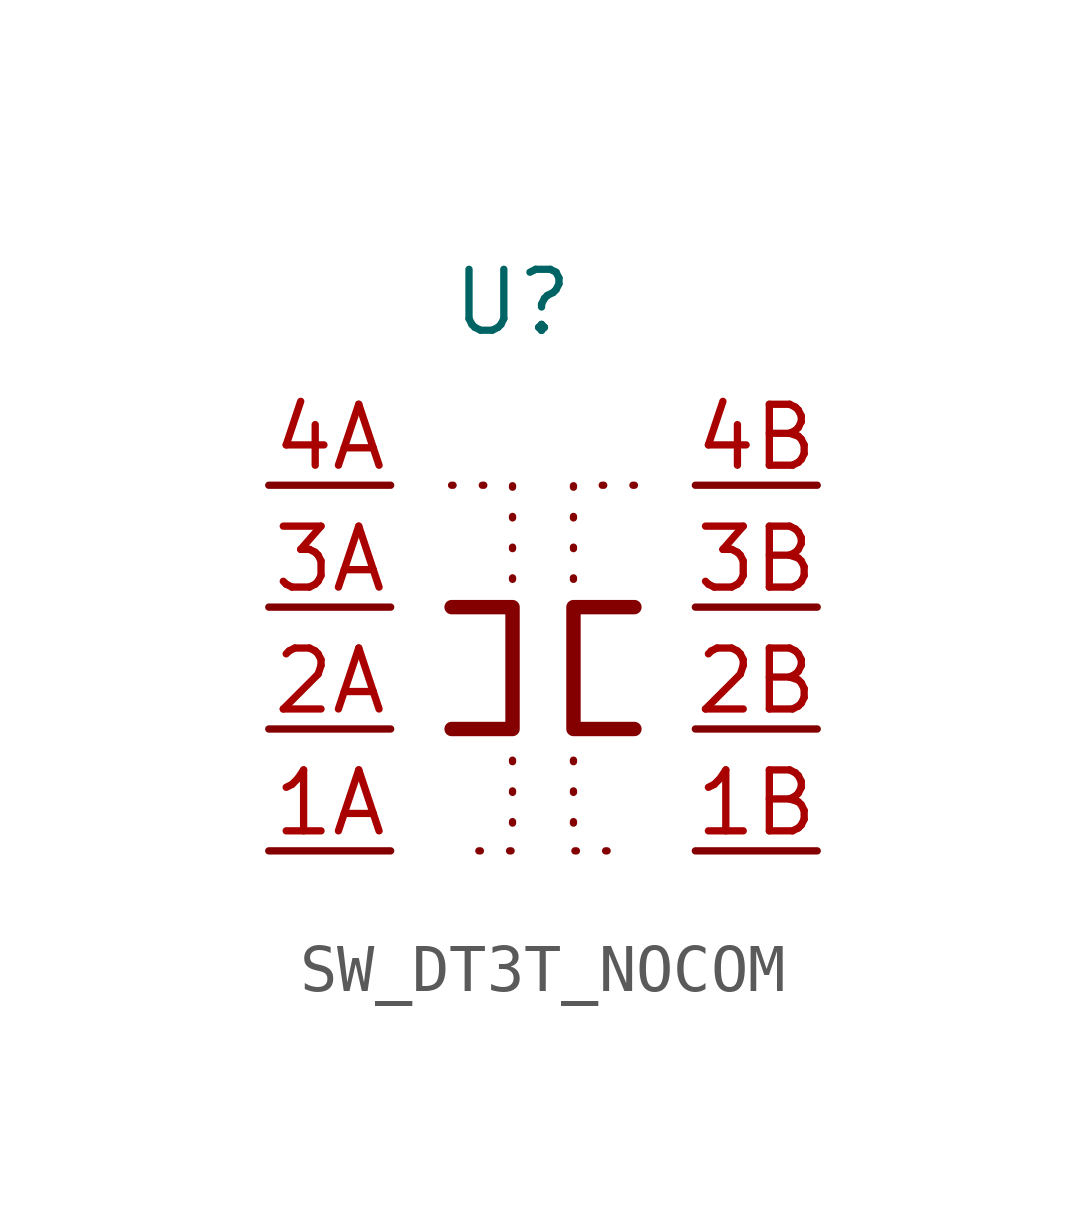
<source format=kicad_sym>
(kicad_symbol_lib
  (version 20220914)
  (generator kicad_symbol_editor)
  (symbol "SW_DT3T_NOCOM"
    (property "Reference" "U"
      (at -1.27 7.62 0)
      (effects (font (size 1.27 1.27))))
    (property "Value" ""
      (at -1.27 7.62 0)
      (effects (font (size 1.27 1.27))))
    (symbol "SW_DT3T_NOCOM_0_0"
      (pin bidirectional line (at -6.35 -3.81 0) (length 2.54) (name "" (effects (font (size 1.27 1.27)))) (number "1A" (effects (font (size 1.27 1.27)))))
      (pin bidirectional line (at 5.08 -3.81 180) (length 2.54) (name "" (effects (font (size 1.27 1.27)))) (number "1B" (effects (font (size 1.27 1.27)))))
      (pin bidirectional line (at -6.35 -1.27 0) (length 2.54) (name "" (effects (font (size 1.27 1.27)))) (number "2A" (effects (font (size 1.27 1.27)))))
      (pin bidirectional line (at 5.08 -1.27 180) (length 2.54) (name "" (effects (font (size 1.27 1.27)))) (number "2B" (effects (font (size 1.27 1.27)))))
      (pin bidirectional line (at -6.35 1.27 0) (length 2.54) (name "" (effects (font (size 1.27 1.27)))) (number "3A" (effects (font (size 1.27 1.27)))))
      (pin bidirectional line (at 5.08 1.27 180) (length 2.54) (name "" (effects (font (size 1.27 1.27)))) (number "3B" (effects (font (size 1.27 1.27)))))
      (pin bidirectional line (at -6.35 3.81 0) (length 2.54) (name "" (effects (font (size 1.27 1.27)))) (number "4A" (effects (font (size 1.27 1.27)))))
      (pin bidirectional line (at 5.08 3.81 180) (length 2.54) (name "" (effects (font (size 1.27 1.27)))) (number "4B" (effects (font (size 1.27 1.27))))))
    (symbol "SW_DT3T_NOCOM_1_1"
      (polyline (pts (xy -2.54 -1.27) (xy -1.27 -1.27) (xy -1.27 -3.81) (xy -2.54 -3.81)) (stroke (width 0) (type dot)) (fill (type none)))
      (polyline (pts (xy -2.54 1.27) (xy -1.27 1.27) (xy -1.27 -1.27) (xy -2.54 -1.27)) (stroke (width 0.3) (type default)) (fill (type none)))
      (polyline (pts (xy -2.54 3.81) (xy -1.27 3.81) (xy -1.27 1.27) (xy -2.54 1.27)) (stroke (width 0) (type dot)) (fill (type none)))
      (polyline (pts (xy 1.27 -1.27) (xy 0 -1.27) (xy 0 -3.81) (xy 1.27 -3.81)) (stroke (width 0) (type dot)) (fill (type none)))
      (polyline (pts (xy 1.27 1.27) (xy 0 1.27) (xy 0 -1.27) (xy 1.27 -1.27)) (stroke (width 0.3) (type default)) (fill (type none)))
      (polyline (pts (xy 1.27 3.81) (xy 0 3.81) (xy 0 1.27) (xy 1.27 1.27)) (stroke (width 0) (type dot)) (fill (type none))))))
</source>
